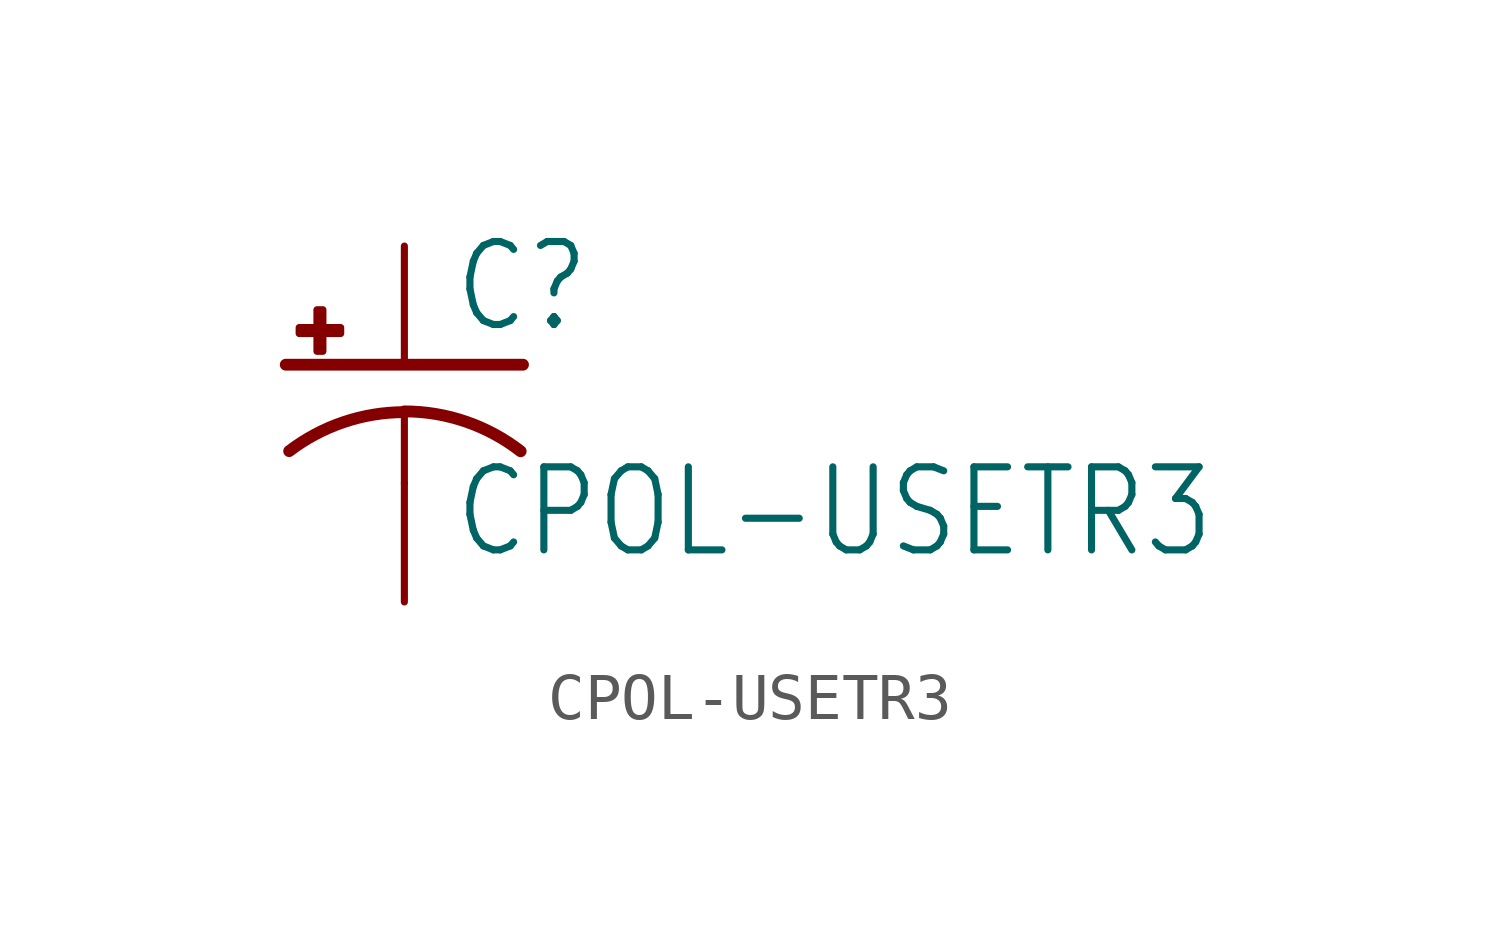
<source format=kicad_sym>
(kicad_symbol_lib
  (version 20220914)
  (generator kicad_symbol_editor)
  (symbol "CPOL-USETR3"
    (property "Reference" "C"
      (at 1.016 0.635 0)
      (effects (font (size 1.778 1.511)) (justify left bottom)))
    (property "Value" "CPOL-USETR3"
      (at 1.016 -4.191 0)
      (effects (font (size 1.778 1.511)) (justify left bottom)))
    (property "ki_locked" ""
      (at 0 0 0)
      (effects (font (size 1.27 1.27))))
    (symbol "CPOL-USETR3_1_0"
      (rectangle (start -2.253 0.668) (end -1.364 0.795) (stroke (width 0) (type default)) (fill (type outline)))
      (rectangle (start -1.872 0.287) (end -1.745 1.176) (stroke (width 0) (type default)) (fill (type outline)))
      (arc (start 0 -1.0161) (mid -1.3021 -1.2302) (end -2.4669 -1.8504) (stroke (width 0.254) (type default)) (fill (type none)))
      (polyline (pts (xy -2.54 0) (xy 2.54 0)) (stroke (width 0.254) (type default)) (fill (type none)))
      (polyline (pts (xy 0 -1.016) (xy 0 -2.54)) (stroke (width 0.152) (type default)) (fill (type none)))
      (arc (start 2.4892 -1.8542) (mid 1.3158 -1.2195) (end 0 -1) (stroke (width 0.254) (type default)) (fill (type none)))
      (pin passive line (at 0 2.54 270) (length 2.54) (name "+" (effects (font (size 0 0)))) (number "+" (effects (font (size 0 0)))))
      (pin passive line (at 0 -5.08 90) (length 2.54) (name "-" (effects (font (size 0 0)))) (number "-" (effects (font (size 0 0))))))))
</source>
